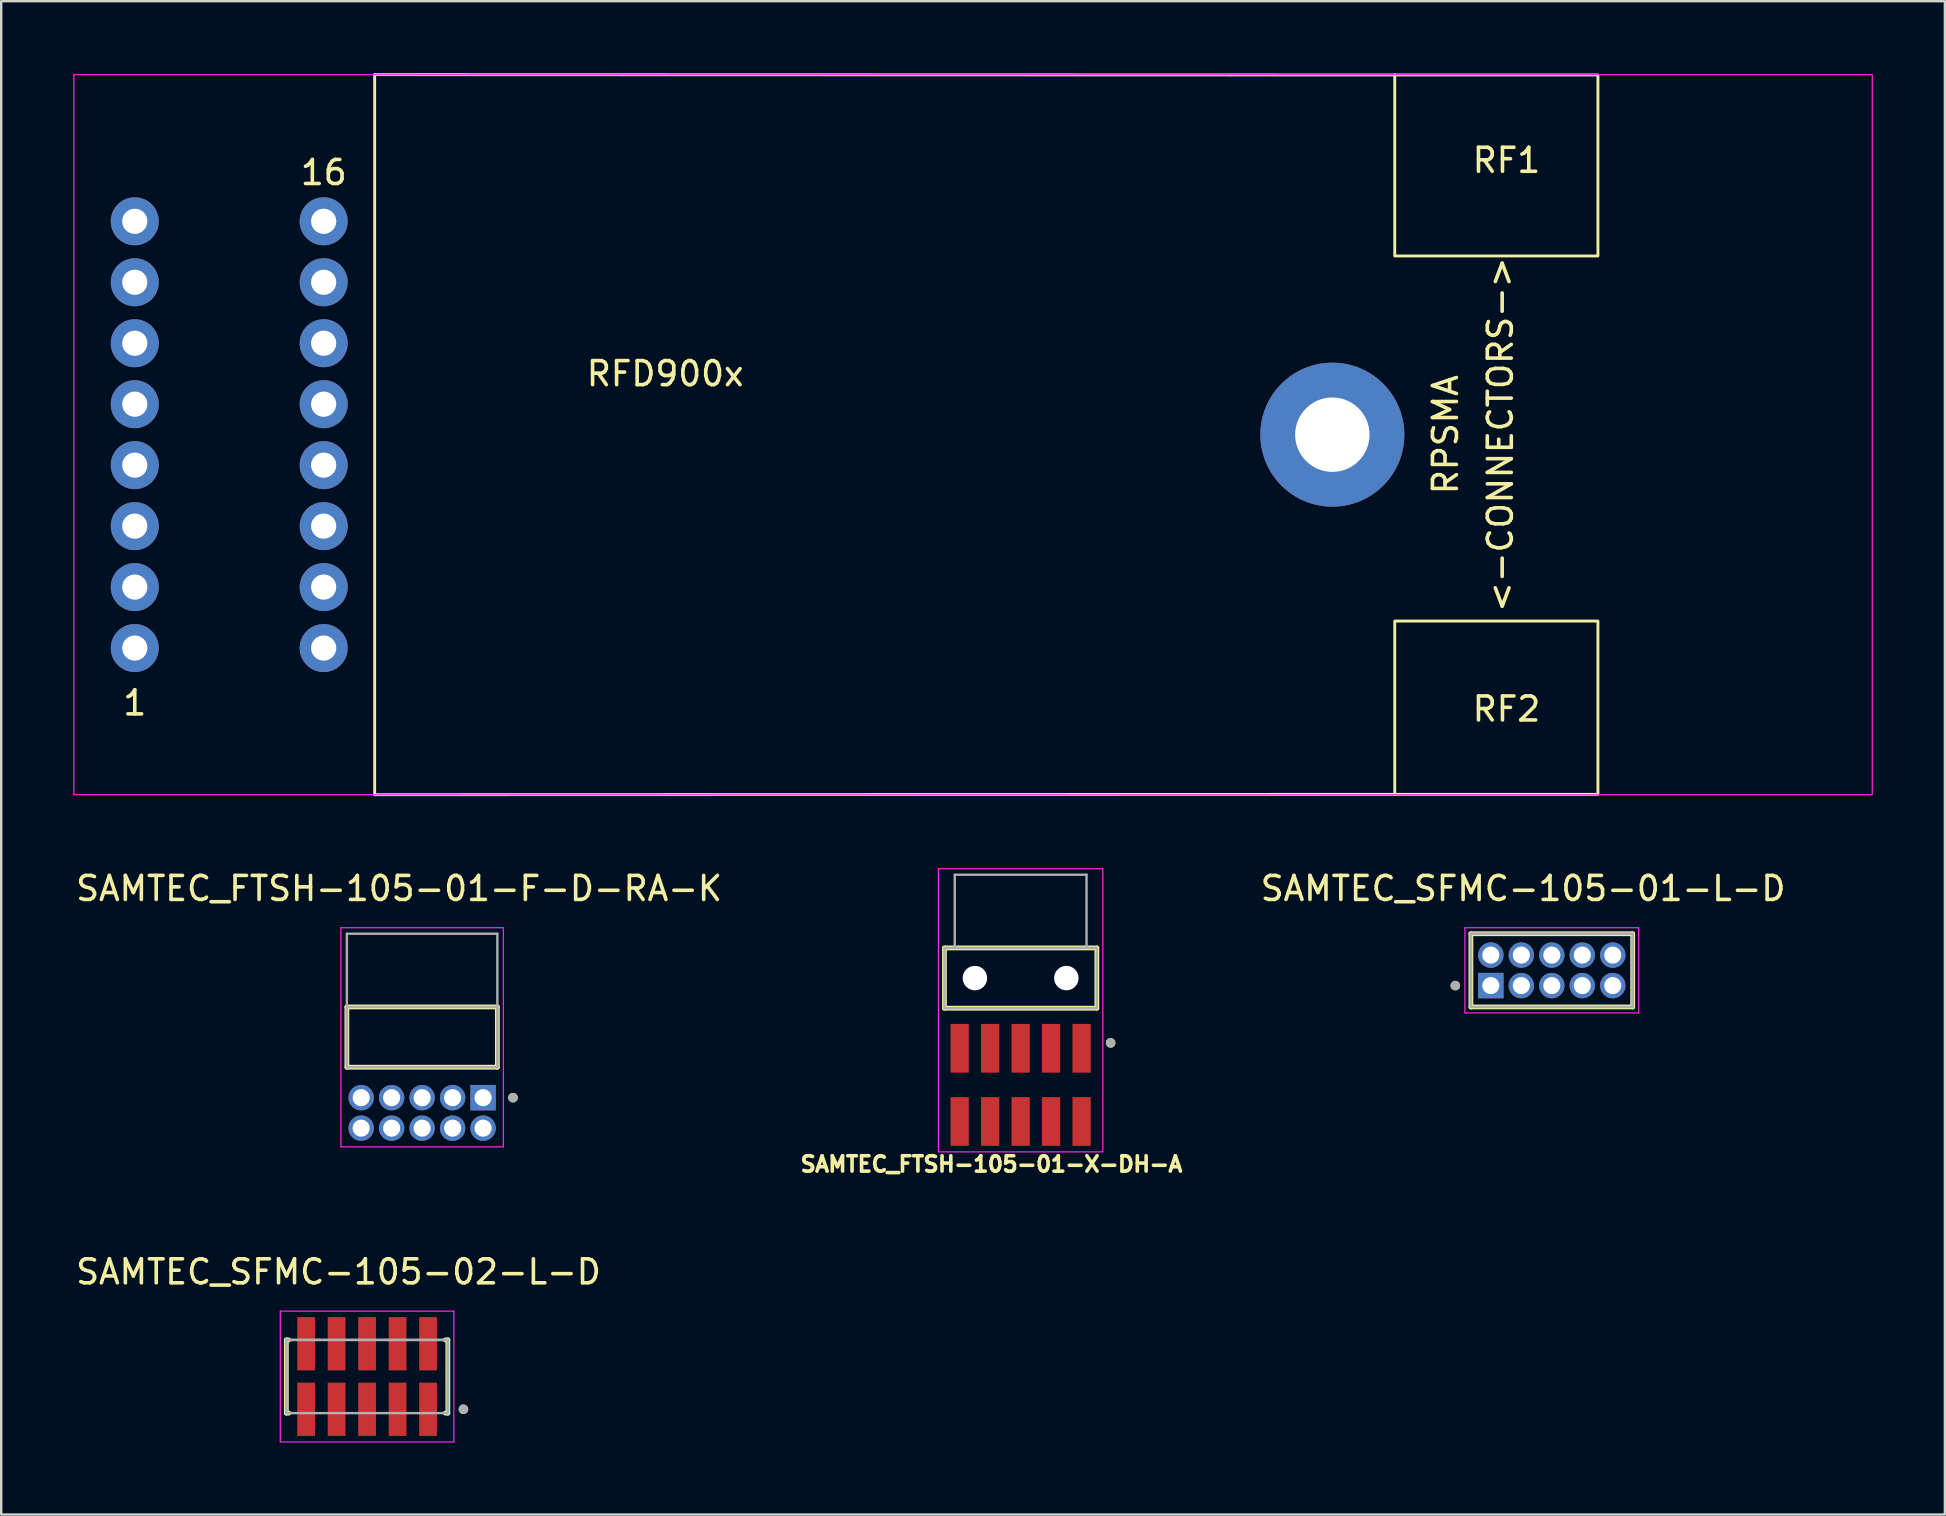
<source format=kicad_pcb>
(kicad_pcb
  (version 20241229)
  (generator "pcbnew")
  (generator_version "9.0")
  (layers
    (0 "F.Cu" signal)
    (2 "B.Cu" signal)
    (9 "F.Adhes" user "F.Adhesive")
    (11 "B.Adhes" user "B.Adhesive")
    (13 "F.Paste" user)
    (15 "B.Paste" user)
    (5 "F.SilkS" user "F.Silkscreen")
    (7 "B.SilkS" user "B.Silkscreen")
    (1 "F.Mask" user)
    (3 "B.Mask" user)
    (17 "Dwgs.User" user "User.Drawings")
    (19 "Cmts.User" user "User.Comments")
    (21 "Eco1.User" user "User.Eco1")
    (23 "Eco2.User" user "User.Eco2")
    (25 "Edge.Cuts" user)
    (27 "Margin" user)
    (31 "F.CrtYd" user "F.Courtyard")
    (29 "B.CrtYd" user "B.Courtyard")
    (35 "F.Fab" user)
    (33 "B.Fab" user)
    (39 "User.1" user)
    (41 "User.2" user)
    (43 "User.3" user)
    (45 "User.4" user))
  (footprint "SAMTEC_SFMC-105-01-L-D"
    (layer "F.Cu")
    (at 59.063 38.013)
    (property "Reference" "SAMTEC_SFMC-105-01-L-D" (at 1.345 -4.045 0) (layer "F.SilkS") (effects (font (size 1 1) (thickness 0.15))))
    (attr through_hole)
    (fp_line (start -0.83 0.89) (end -0.83 -2.16) (stroke (width 0.2) (type solid)) (layer "F.SilkS"))
    (fp_line (start 5.91 -2.16) (end -0.83 -2.16) (stroke (width 0.2) (type solid)) (layer "F.SilkS"))
    (fp_line (start 5.91 -2.16) (end 5.91 0.89) (stroke (width 0.2) (type solid)) (layer "F.SilkS"))
    (fp_line (start 5.91 0.89) (end -0.83 0.89) (stroke (width 0.2) (type solid)) (layer "F.SilkS"))
    (fp_circle (center -1.48 0) (end -1.38 0) (stroke (width 0.2) (type solid)) (fill no) (layer "F.SilkS"))
    (fp_line (start -1.08 -2.41) (end 6.16 -2.41) (stroke (width 0.05) (type solid)) (layer "F.CrtYd"))
    (fp_line (start -1.08 1.14) (end -1.08 -2.41) (stroke (width 0.05) (type solid)) (layer "F.CrtYd"))
    (fp_line (start 6.16 -2.41) (end 6.16 1.14) (stroke (width 0.05) (type solid)) (layer "F.CrtYd"))
    (fp_line (start 6.16 1.14) (end -1.08 1.14) (stroke (width 0.05) (type solid)) (layer "F.CrtYd"))
    (fp_line (start -0.83 -2.16) (end 5.91 -2.16) (stroke (width 0.1) (type solid)) (layer "F.Fab"))
    (fp_line (start -0.83 -2.16) (end 5.91 -2.16) (stroke (width 0.1) (type solid)) (layer "F.Fab"))
    (fp_line (start -0.83 0.89) (end -0.83 -2.16) (stroke (width 0.1) (type solid)) (layer "F.Fab"))
    (fp_line (start -0.83 0.89) (end -0.83 -2.16) (stroke (width 0.1) (type solid)) (layer "F.Fab"))
    (fp_line (start 5.91 -2.16) (end 5.91 0.89) (stroke (width 0.1) (type solid)) (layer "F.Fab"))
    (fp_line (start 5.91 -2.16) (end 5.91 0.89) (stroke (width 0.1) (type solid)) (layer "F.Fab"))
    (fp_line (start 5.91 0.89) (end -0.83 0.89) (stroke (width 0.1) (type solid)) (layer "F.Fab"))
    (fp_circle (center -1.48 0) (end -1.38 0) (stroke (width 0.2) (type solid)) (fill no) (layer "F.Fab"))
    (pad "1" thru_hole rect (at 0 0) (size 1.06 1.06) (drill 0.71) (layers "*.Cu" "*.Mask"))
    (pad "2" thru_hole circle (at 0 -1.27) (size 1.06 1.06) (drill 0.71) (layers "*.Cu" "*.Mask"))
    (pad "3" thru_hole circle (at 1.27 0) (size 1.06 1.06) (drill 0.71) (layers "*.Cu" "*.Mask"))
    (pad "4" thru_hole circle (at 1.27 -1.27) (size 1.06 1.06) (drill 0.71) (layers "*.Cu" "*.Mask"))
    (pad "5" thru_hole circle (at 2.54 0) (size 1.06 1.06) (drill 0.71) (layers "*.Cu" "*.Mask"))
    (pad "6" thru_hole circle (at 2.54 -1.27) (size 1.06 1.06) (drill 0.71) (layers "*.Cu" "*.Mask"))
    (pad "7" thru_hole circle (at 3.81 0) (size 1.06 1.06) (drill 0.71) (layers "*.Cu" "*.Mask"))
    (pad "8" thru_hole circle (at 3.81 -1.27) (size 1.06 1.06) (drill 0.71) (layers "*.Cu" "*.Mask"))
    (pad "9" thru_hole circle (at 5.08 0) (size 1.06 1.06) (drill 0.71) (layers "*.Cu" "*.Mask"))
    (pad "10" thru_hole circle (at 5.08 -1.27) (size 1.06 1.06) (drill 0.71) (layers "*.Cu" "*.Mask")))
  (footprint "SAMTEC_SFMC-105-02-L-D"
    (layer "F.Cu")
    (at 12.244 54.3)
    (property "Reference" "SAMTEC_SFMC-105-02-L-D" (at -1.19 -4.36 0) (layer "F.SilkS") (effects (font (size 1 1) (thickness 0.15))))
    (attr through_hole)
    (fp_line (start -3.365 -1.525) (end -3.26 -1.525) (stroke (width 0.2) (type solid)) (layer "F.SilkS"))
    (fp_line (start -3.365 1.525) (end -3.365 -1.525) (stroke (width 0.2) (type solid)) (layer "F.SilkS"))
    (fp_line (start -3.26 1.525) (end -3.365 1.525) (stroke (width 0.2) (type solid)) (layer "F.SilkS"))
    (fp_line (start 3.26 -1.525) (end 3.365 -1.525) (stroke (width 0.2) (type solid)) (layer "F.SilkS"))
    (fp_line (start 3.26 1.525) (end 3.365 1.525) (stroke (width 0.2) (type solid)) (layer "F.SilkS"))
    (fp_line (start 3.365 -1.525) (end 3.365 1.525) (stroke (width 0.2) (type solid)) (layer "F.SilkS"))
    (fp_circle (center 4.015 1.365) (end 4.115 1.365) (stroke (width 0.2) (type solid)) (fill no) (layer "F.SilkS"))
    (fp_line (start -3.615 -2.725) (end 3.615 -2.725) (stroke (width 0.05) (type solid)) (layer "F.CrtYd"))
    (fp_line (start -3.615 2.725) (end -3.615 -2.725) (stroke (width 0.05) (type solid)) (layer "F.CrtYd"))
    (fp_line (start 3.615 -2.725) (end 3.615 2.725) (stroke (width 0.05) (type solid)) (layer "F.CrtYd"))
    (fp_line (start 3.615 2.725) (end -3.615 2.725) (stroke (width 0.05) (type solid)) (layer "F.CrtYd"))
    (fp_line (start -3.365 -1.525) (end 3.365 -1.525) (stroke (width 0.1) (type solid)) (layer "F.Fab"))
    (fp_line (start -3.365 -1.525) (end 3.365 -1.525) (stroke (width 0.1) (type solid)) (layer "F.Fab"))
    (fp_line (start -3.365 1.525) (end -3.365 -1.525) (stroke (width 0.1) (type solid)) (layer "F.Fab"))
    (fp_line (start -3.365 1.525) (end -3.365 -1.525) (stroke (width 0.1) (type solid)) (layer "F.Fab"))
    (fp_line (start 3.365 -1.525) (end 3.365 1.525) (stroke (width 0.1) (type solid)) (layer "F.Fab"))
    (fp_line (start 3.365 -1.525) (end 3.365 1.525) (stroke (width 0.1) (type solid)) (layer "F.Fab"))
    (fp_line (start 3.365 1.525) (end -3.365 1.525) (stroke (width 0.1) (type solid)) (layer "F.Fab"))
    (fp_circle (center 4.015 1.365) (end 4.115 1.365) (stroke (width 0.2) (type solid)) (fill no) (layer "F.Fab"))
    (pad "1" smd rect (at 2.54 1.365) (size 0.74 2.22) (layers "F.Cu" "F.Mask" "F.Paste"))
    (pad "2" smd rect (at 2.54 -1.365) (size 0.74 2.22) (layers "F.Cu" "F.Mask" "F.Paste"))
    (pad "3" smd rect (at 1.27 1.365) (size 0.74 2.22) (layers "F.Cu" "F.Mask" "F.Paste"))
    (pad "4" smd rect (at 1.27 -1.365) (size 0.74 2.22) (layers "F.Cu" "F.Mask" "F.Paste"))
    (pad "5" smd rect (at 0 1.365) (size 0.74 2.22) (layers "F.Cu" "F.Mask" "F.Paste"))
    (pad "6" smd rect (at 0 -1.365) (size 0.74 2.22) (layers "F.Cu" "F.Mask" "F.Paste"))
    (pad "7" smd rect (at -1.27 1.365) (size 0.74 2.22) (layers "F.Cu" "F.Mask" "F.Paste"))
    (pad "8" smd rect (at -1.27 -1.365) (size 0.74 2.22) (layers "F.Cu" "F.Mask" "F.Paste"))
    (pad "9" smd rect (at -2.54 1.365) (size 0.74 2.22) (layers "F.Cu" "F.Mask" "F.Paste"))
    (pad "10" smd rect (at -2.54 -1.365) (size 0.74 2.22) (layers "F.Cu" "F.Mask" "F.Paste")))
  (footprint "SAMTEC_FTSH-105-01-X-DH-A"
    (layer "F.Cu")
    (at 39.473 42.15)
    (property "Reference" "SAMTEC_FTSH-105-01-X-DH-A" (at -1.218 3.304 0) (layer "F.SilkS") (effects (font (size 0.64 0.64) (thickness 0.15))))
    (attr through_hole)
    (fp_line (start -3.175 -5.705) (end -3.175 -3.195) (stroke (width 0.2) (type solid)) (layer "F.SilkS"))
    (fp_line (start -3.175 -3.195) (end 3.175 -3.195) (stroke (width 0.2) (type solid)) (layer "F.SilkS"))
    (fp_line (start 3.175 -5.705) (end -3.175 -5.705) (stroke (width 0.2) (type solid)) (layer "F.SilkS"))
    (fp_line (start 3.175 -3.195) (end 3.175 -5.705) (stroke (width 0.2) (type solid)) (layer "F.SilkS"))
    (fp_circle (center 3.75 -1.75) (end 3.85 -1.75) (stroke (width 0.2) (type solid)) (fill no) (layer "F.SilkS"))
    (fp_line (start -3.425 -9.005) (end -3.425 2.79) (stroke (width 0.05) (type solid)) (layer "F.CrtYd"))
    (fp_line (start -3.425 2.79) (end 3.425 2.79) (stroke (width 0.05) (type solid)) (layer "F.CrtYd"))
    (fp_line (start 3.425 -9.005) (end -3.425 -9.005) (stroke (width 0.05) (type solid)) (layer "F.CrtYd"))
    (fp_line (start 3.425 2.79) (end 3.425 -9.005) (stroke (width 0.05) (type solid)) (layer "F.CrtYd"))
    (fp_line (start -3.175 -5.705) (end -3.175 -3.195) (stroke (width 0.1) (type solid)) (layer "F.Fab"))
    (fp_line (start -3.175 -3.195) (end 3.175 -3.195) (stroke (width 0.1) (type solid)) (layer "F.Fab"))
    (fp_line (start -2.745 -8.755) (end 2.745 -8.755) (stroke (width 0.1) (type solid)) (layer "F.Fab"))
    (fp_line (start -2.745 -5.705) (end -3.175 -5.705) (stroke (width 0.1) (type solid)) (layer "F.Fab"))
    (fp_line (start -2.745 -5.705) (end -2.745 -8.755) (stroke (width 0.1) (type solid)) (layer "F.Fab"))
    (fp_line (start 2.745 -5.705) (end -2.745 -5.705) (stroke (width 0.1) (type solid)) (layer "F.Fab"))
    (fp_line (start 2.745 -5.705) (end 2.745 -8.755) (stroke (width 0.1) (type solid)) (layer "F.Fab"))
    (fp_line (start 3.175 -5.705) (end 2.745 -5.705) (stroke (width 0.1) (type solid)) (layer "F.Fab"))
    (fp_line (start 3.175 -3.195) (end 3.175 -5.705) (stroke (width 0.1) (type solid)) (layer "F.Fab"))
    (fp_circle (center 3.75 -1.75) (end 3.85 -1.75) (stroke (width 0.2) (type solid)) (fill no) (layer "F.Fab"))
    (pad "" np_thru_hole circle (at -1.905 -4.45) (size 1.02 1.02) (drill 1.02) (layers "*.Cu" "*.Mask"))
    (pad "" np_thru_hole circle (at 1.905 -4.45) (size 1.02 1.02) (drill 1.02) (layers "*.Cu" "*.Mask"))
    (pad "1" smd rect (at 2.54 -1.525) (size 0.76 2.03) (layers "F.Cu" "F.Mask" "F.Paste"))
    (pad "2" smd rect (at 2.54 1.525) (size 0.76 2.03) (layers "F.Cu" "F.Mask" "F.Paste"))
    (pad "3" smd rect (at 1.27 -1.525) (size 0.76 2.03) (layers "F.Cu" "F.Mask" "F.Paste"))
    (pad "4" smd rect (at 1.27 1.525) (size 0.76 2.03) (layers "F.Cu" "F.Mask" "F.Paste"))
    (pad "5" smd rect (at 0 -1.525) (size 0.76 2.03) (layers "F.Cu" "F.Mask" "F.Paste"))
    (pad "6" smd rect (at 0 1.525) (size 0.76 2.03) (layers "F.Cu" "F.Mask" "F.Paste"))
    (pad "7" smd rect (at -1.27 -1.525) (size 0.76 2.03) (layers "F.Cu" "F.Mask" "F.Paste"))
    (pad "8" smd rect (at -1.27 1.525) (size 0.76 2.03) (layers "F.Cu" "F.Mask" "F.Paste"))
    (pad "9" smd rect (at -2.54 -1.525) (size 0.76 2.03) (layers "F.Cu" "F.Mask" "F.Paste"))
    (pad "10" smd rect (at -2.54 1.525) (size 0.76 2.03) (layers "F.Cu" "F.Mask" "F.Paste")))
  (footprint "SAMTEC_FTSH-105-01-F-D-RA-K"
    (layer "F.Cu")
    (at 17.077 42.683)
    (property "Reference" "SAMTEC_FTSH-105-01-F-D-RA-K" (at -3.5 -8.715 0) (layer "F.SilkS") (effects (font (size 1 1) (thickness 0.15))))
    (attr through_hole)
    (fp_line (start -5.675 -1.27) (end -5.675 -3.78) (stroke (width 0.2) (type solid)) (layer "F.SilkS"))
    (fp_line (start 0.595 -3.78) (end -5.675 -3.78) (stroke (width 0.2) (type solid)) (layer "F.SilkS"))
    (fp_line (start 0.595 -3.78) (end 0.595 -1.27) (stroke (width 0.2) (type solid)) (layer "F.SilkS"))
    (fp_line (start 0.595 -1.27) (end -5.675 -1.27) (stroke (width 0.2) (type solid)) (layer "F.SilkS"))
    (fp_circle (center 1.245 0) (end 1.345 0) (stroke (width 0.2) (type solid)) (fill no) (layer "F.SilkS"))
    (fp_line (start -5.925 -7.08) (end 0.845 -7.08) (stroke (width 0.05) (type solid)) (layer "F.CrtYd"))
    (fp_line (start -5.925 2.05) (end -5.925 -7.08) (stroke (width 0.05) (type solid)) (layer "F.CrtYd"))
    (fp_line (start 0.845 -7.08) (end 0.845 2.05) (stroke (width 0.05) (type solid)) (layer "F.CrtYd"))
    (fp_line (start 0.845 2.05) (end -5.925 2.05) (stroke (width 0.05) (type solid)) (layer "F.CrtYd"))
    (fp_line (start -5.675 -6.83) (end 0.595 -6.83) (stroke (width 0.1) (type solid)) (layer "F.Fab"))
    (fp_line (start -5.675 -3.78) (end 0.595 -3.78) (stroke (width 0.1) (type solid)) (layer "F.Fab"))
    (fp_line (start -5.675 -1.27) (end -5.675 -6.83) (stroke (width 0.1) (type solid)) (layer "F.Fab"))
    (fp_line (start -5.675 -1.27) (end -5.675 -3.78) (stroke (width 0.1) (type solid)) (layer "F.Fab"))
    (fp_line (start 0.595 -6.83) (end 0.595 -1.27) (stroke (width 0.1) (type solid)) (layer "F.Fab"))
    (fp_line (start 0.595 -3.78) (end 0.595 -1.27) (stroke (width 0.1) (type solid)) (layer "F.Fab"))
    (fp_line (start 0.595 -1.27) (end -5.675 -1.27) (stroke (width 0.1) (type solid)) (layer "F.Fab"))
    (fp_circle (center 1.245 0) (end 1.345 0) (stroke (width 0.2) (type solid)) (fill no) (layer "F.Fab"))
    (pad "1" thru_hole rect (at 0 0) (size 1.06 1.06) (drill 0.71) (layers "*.Cu" "*.Mask"))
    (pad "2" thru_hole circle (at 0 1.27) (size 1.06 1.06) (drill 0.71) (layers "*.Cu" "*.Mask"))
    (pad "3" thru_hole circle (at -1.27 0) (size 1.06 1.06) (drill 0.71) (layers "*.Cu" "*.Mask"))
    (pad "4" thru_hole circle (at -1.27 1.27) (size 1.06 1.06) (drill 0.71) (layers "*.Cu" "*.Mask"))
    (pad "5" thru_hole circle (at -2.54 0) (size 1.06 1.06) (drill 0.71) (layers "*.Cu" "*.Mask"))
    (pad "6" thru_hole circle (at -2.54 1.27) (size 1.06 1.06) (drill 0.71) (layers "*.Cu" "*.Mask"))
    (pad "7" thru_hole circle (at -3.81 0) (size 1.06 1.06) (drill 0.71) (layers "*.Cu" "*.Mask"))
    (pad "8" thru_hole circle (at -3.81 1.27) (size 1.06 1.06) (drill 0.71) (layers "*.Cu" "*.Mask"))
    (pad "9" thru_hole circle (at -5.08 0) (size 1.06 1.06) (drill 0.71) (layers "*.Cu" "*.Mask"))
    (pad "10" thru_hole circle (at -5.08 1.27) (size 1.06 1.06) (drill 0.71) (layers "*.Cu" "*.Mask")))
  (footprint "RFD900x"
    (layer "F.Cu")
    (at 2.565 15.06)
    (property "Reference" "RFD900x" (at 22.098 -2.54 0) (layer "F.SilkS") (effects (font (size 1 1) (thickness 0.15))))
    (attr through_hole)
    (fp_line (start 9.995 -15) (end 9.995 15) (stroke (width 0.12) (type solid)) (layer "F.SilkS"))
    (fp_line (start 9.995 -15) (end 52.495 -14.986) (stroke (width 0.12) (type solid)) (layer "F.SilkS"))
    (fp_line (start 9.995 15) (end 52.495 14.986) (stroke (width 0.12) (type solid)) (layer "F.SilkS"))
    (fp_rect (start 52.495 -14.986) (end 60.96 -7.446) (stroke (width 0.12) (type solid)) (fill no) (layer "F.SilkS"))
    (fp_rect (start 52.495 14.986) (end 60.96 7.766) (stroke (width 0.12) (type solid)) (fill no) (layer "F.SilkS"))
    (fp_rect (start -2.54 -15) (end 72.39 15) (stroke (width 0.05) (type solid)) (fill no) (layer "F.CrtYd"))
    (fp_text user "1" (at 0 11.176 0) (unlocked yes) (layer "F.SilkS") (effects (font (size 1 1) (thickness 0.15))))
    (fp_text user "<-CONNECTORS->" (at 56.896 0 90) (unlocked yes) (layer "F.SilkS") (effects (font (size 1 1) (thickness 0.15))))
    (fp_text user "RF2" (at 57.15 11.43 0) (unlocked yes) (layer "F.SilkS") (effects (font (size 1 1) (thickness 0.15))))
    (fp_text user "RF1" (at 57.15 -11.43 0) (unlocked yes) (layer "F.SilkS") (effects (font (size 1 1) (thickness 0.15))))
    (fp_text user "16" (at 7.874 -10.922 0) (unlocked yes) (layer "F.SilkS") (effects (font (size 1 1) (thickness 0.15))))
    (fp_text user "RPSMA" (at 54.61 0 90) (unlocked yes) (layer "F.SilkS") (effects (font (size 1 1) (thickness 0.15))))
    (pad "" np_thru_hole circle (at 49.895 0) (size 6 6) (drill 3.1) (layers "*.Cu" "*.Mask"))
    (pad "1" thru_hole circle (at 0 8.89) (size 2 2) (drill 1.05) (layers "*.Cu" "*.Mask"))
    (pad "2" thru_hole circle (at 7.87 8.89) (size 2 2) (drill 1.05) (layers "*.Cu" "*.Mask"))
    (pad "3" thru_hole circle (at 0 6.35) (size 2 2) (drill 1.05) (layers "*.Cu" "*.Mask"))
    (pad "4" thru_hole circle (at 7.87 6.35) (size 2 2) (drill 1.05) (layers "*.Cu" "*.Mask"))
    (pad "5" thru_hole circle (at 0 3.81) (size 2 2) (drill 1.05) (layers "*.Cu" "*.Mask"))
    (pad "6" thru_hole circle (at 7.87 3.81) (size 2 2) (drill 1.05) (layers "*.Cu" "*.Mask"))
    (pad "7" thru_hole circle (at 0 1.27) (size 2 2) (drill 1.05) (layers "*.Cu" "*.Mask"))
    (pad "8" thru_hole circle (at 7.87 1.27) (size 2 2) (drill 1.05) (layers "*.Cu" "*.Mask"))
    (pad "9" thru_hole circle (at 0 -1.27) (size 2 2) (drill 1.05) (layers "*.Cu" "*.Mask"))
    (pad "10" thru_hole circle (at 7.87 -1.27) (size 2 2) (drill 1.05) (layers "*.Cu" "*.Mask"))
    (pad "11" thru_hole circle (at 0 -3.81) (size 2 2) (drill 1.05) (layers "*.Cu" "*.Mask"))
    (pad "12" thru_hole circle (at 7.87 -3.81) (size 2 2) (drill 1.05) (layers "*.Cu" "*.Mask"))
    (pad "13" thru_hole circle (at 0 -6.35) (size 2 2) (drill 1.05) (layers "*.Cu" "*.Mask"))
    (pad "14" thru_hole circle (at 7.87 -6.35) (size 2 2) (drill 1.05) (layers "*.Cu" "*.Mask"))
    (pad "15" thru_hole circle (at 0 -8.89) (size 2 2) (drill 1.05) (layers "*.Cu" "*.Mask"))
    (pad "16" thru_hole circle (at 7.87 -8.89) (size 2 2) (drill 1.05) (layers "*.Cu" "*.Mask")))
  (gr_rect
    (start -3 -3)
    (end 77.98 60.05)
    (stroke (width 0.1) (type default))
    (fill no)
    (layer "Edge.Cuts")))
</source>
